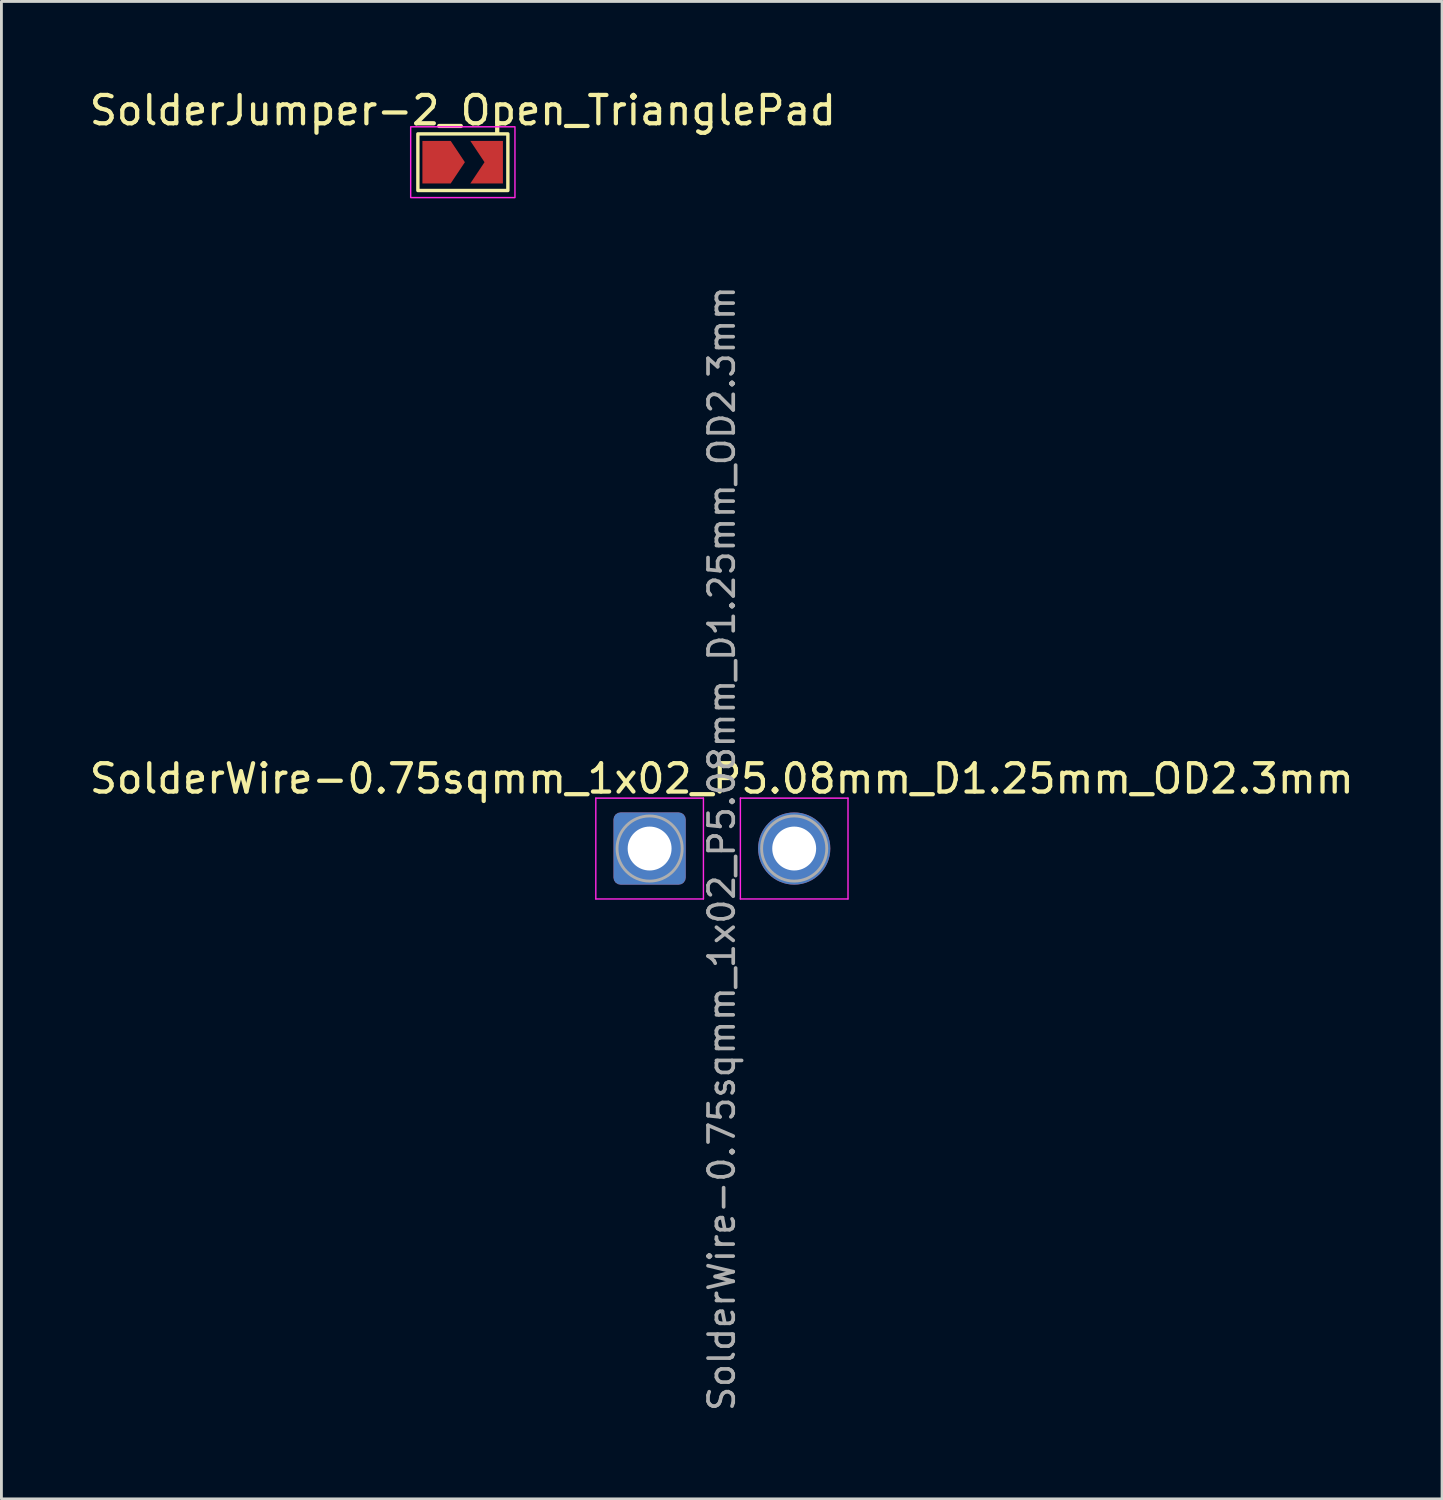
<source format=kicad_pcb>
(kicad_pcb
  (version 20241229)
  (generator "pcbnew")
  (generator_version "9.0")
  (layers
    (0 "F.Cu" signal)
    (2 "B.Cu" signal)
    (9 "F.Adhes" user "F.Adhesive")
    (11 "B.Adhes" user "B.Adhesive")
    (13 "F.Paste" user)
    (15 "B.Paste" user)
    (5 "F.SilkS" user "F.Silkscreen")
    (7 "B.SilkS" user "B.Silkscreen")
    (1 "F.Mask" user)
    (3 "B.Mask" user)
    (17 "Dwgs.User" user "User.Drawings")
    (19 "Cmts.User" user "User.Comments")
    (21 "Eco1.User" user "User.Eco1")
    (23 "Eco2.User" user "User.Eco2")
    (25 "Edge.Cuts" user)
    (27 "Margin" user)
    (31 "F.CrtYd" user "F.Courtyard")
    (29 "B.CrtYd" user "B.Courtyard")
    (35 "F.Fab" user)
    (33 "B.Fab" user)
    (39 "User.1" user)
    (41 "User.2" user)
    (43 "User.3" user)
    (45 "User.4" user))
  (footprint "SolderJumper-2_Open_TrianglePad"
    (layer "F.Cu")
    (at 13.292 2.677)
    (property "Reference" "SolderJumper-2_Open_TrianglePad" (at 0 -1.829 180) (layer "F.SilkS") (effects (font (size 1 1) (thickness 0.15))))
    (attr exclude_from_pos_files)
    (fp_rect (start -1.587 -1) (end 1.591 1) (stroke (width 0.12) (type solid)) (fill no) (layer "F.SilkS"))
    (fp_rect (start -1.841 -1.25) (end 1.841 1.25) (stroke (width 0.05) (type solid)) (fill no) (layer "F.CrtYd"))
    (pad "1" smd custom (at -0.927 0) (size 0.3 0.3) (layers "F.Cu" "F.Mask") (options (anchor rect)) (primitives (gr_poly (pts (xy 1 0) (xy 0.5 0.75) (xy -0.5 0.75) (xy -0.5 -0.75) (xy 0.5 -0.75)) (width 0) (fill yes))))
    (pad "2" smd custom (at 0.916 0) (size 0.3 0.3) (layers "F.Cu" "F.Mask") (options (anchor rect)) (primitives (gr_poly (pts (xy 0.5 0.75) (xy -0.65 0.75) (xy -0.15 0) (xy -0.65 -0.75) (xy 0.5 -0.75)) (width 0) (fill yes)))))
  (footprint "SolderWire-0.75sqmm_1x02_P5.08mm_D1.25mm_OD2.3mm"
    (layer "F.Cu")
    (at 20.035 26.914)
    (property "Reference" "SolderWire-0.75sqmm_1x02_P5.08mm_D1.25mm_OD2.3mm" (at 2.4 -2.47 0) (layer "F.SilkS") (effects (font (size 1 1) (thickness 0.15))))
    (attr exclude_from_pos_files exclude_from_bom)
    (fp_line (start -2.047 -1.782) (end -2.047 1.778) (stroke (width 0.05) (type solid)) (layer "F.CrtYd"))
    (fp_line (start -2.047 1.778) (end 1.753 1.778) (stroke (width 0.05) (type solid)) (layer "F.CrtYd"))
    (fp_line (start 1.753 -1.782) (end -2.047 -1.782) (stroke (width 0.05) (type solid)) (layer "F.CrtYd"))
    (fp_line (start 1.753 1.778) (end 1.753 -1.782) (stroke (width 0.05) (type solid)) (layer "F.CrtYd"))
    (fp_line (start 3.058 -1.782) (end 3.058 1.778) (stroke (width 0.05) (type solid)) (layer "F.CrtYd"))
    (fp_line (start 3.058 1.778) (end 6.858 1.778) (stroke (width 0.05) (type solid)) (layer "F.CrtYd"))
    (fp_line (start 6.858 -1.782) (end 3.058 -1.782) (stroke (width 0.05) (type solid)) (layer "F.CrtYd"))
    (fp_line (start 6.858 1.778) (end 6.858 -1.782) (stroke (width 0.05) (type solid)) (layer "F.CrtYd"))
    (fp_circle (center -0.147 -0.002) (end 1.003 -0.002) (stroke (width 0.1) (type solid)) (fill no) (layer "F.Fab"))
    (fp_circle (center 4.958 -0.002) (end 6.108 -0.002) (stroke (width 0.1) (type solid)) (fill no) (layer "F.Fab"))
    (fp_text user "${REFERENCE}" (at 2.4 0 90) (layer "F.Fab") (effects (font (size 0.89 0.89) (thickness 0.13))))
    (pad "1" thru_hole roundrect (at -0.147 -0.002) (size 2.55 2.55) (drill 1.55) (layers "*.Cu" "*.Mask") (roundrect_rratio 0.098))
    (pad "2" thru_hole circle (at 4.958 -0.002) (size 2.55 2.55) (drill 1.55) (layers "*.Cu" "*.Mask")))
  (gr_rect
    (start -3 -3)
    (end 47.869 49.875)
    (stroke (width 0.1) (type default))
    (fill no)
    (layer "Edge.Cuts")))
</source>
